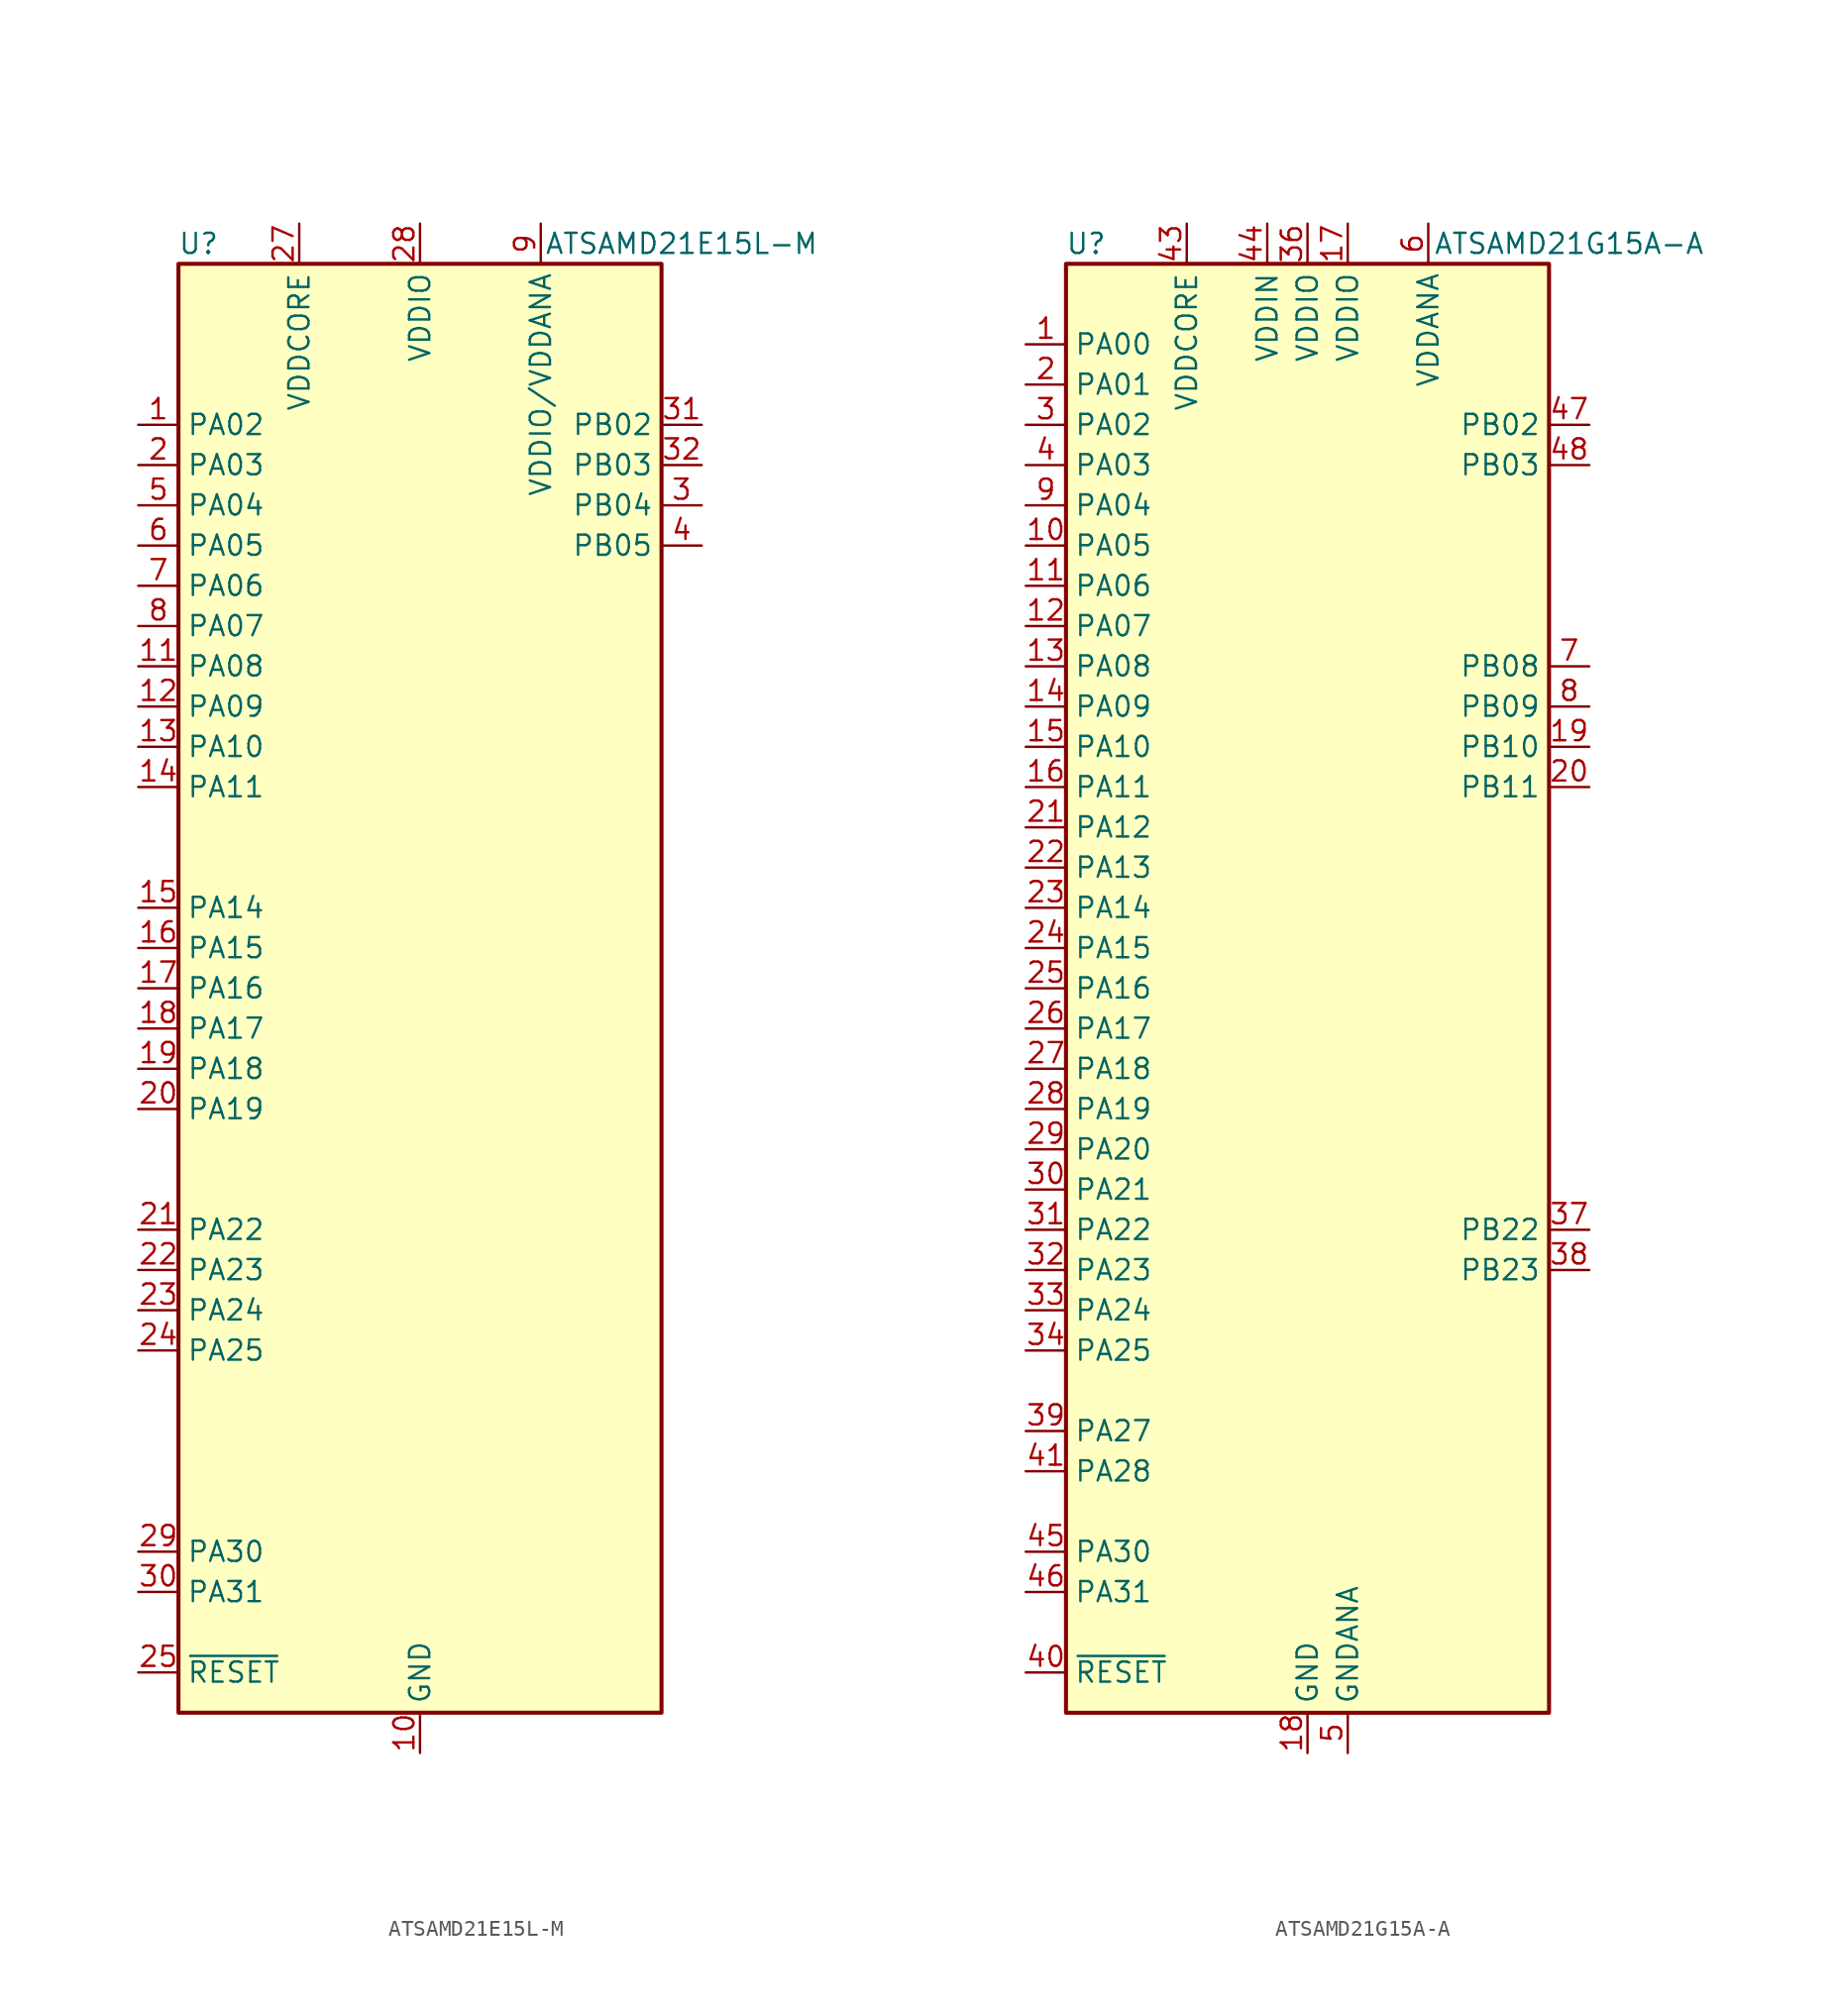
<source format=kicad_sym>
(kicad_symbol_lib
  (version 20220914)
  (generator kicad_symbol_editor)
  (symbol "ATSAMD21E15L-M"
    (property "Reference" "U"
      (at -13.97 46.99 0)
      (effects (font (size 1.27 1.27))))
    (property "Value" "ATSAMD21E15L-M"
      (at 16.51 46.99 0)
      (effects (font (size 1.27 1.27))))
    (symbol "ATSAMD21E15L-M_1_1"
      (rectangle (start -15.24 45.72) (end 15.24 -45.72) (stroke (width 0.254) (type solid)) (fill (type background)))
      (pin bidirectional line (at -17.78 35.56 0) (length 2.54) (name "PA02" (effects (font (size 1.27 1.27)))) (number "1" (effects (font (size 1.27 1.27)))))
      (pin power_in line (at 0 -48.26 90) (length 2.54) (name "GND" (effects (font (size 1.27 1.27)))) (number "10" (effects (font (size 1.27 1.27)))))
      (pin bidirectional line (at -17.78 20.32 0) (length 2.54) (name "PA08" (effects (font (size 1.27 1.27)))) (number "11" (effects (font (size 1.27 1.27)))))
      (pin bidirectional line (at -17.78 17.78 0) (length 2.54) (name "PA09" (effects (font (size 1.27 1.27)))) (number "12" (effects (font (size 1.27 1.27)))))
      (pin bidirectional line (at -17.78 15.24 0) (length 2.54) (name "PA10" (effects (font (size 1.27 1.27)))) (number "13" (effects (font (size 1.27 1.27)))))
      (pin bidirectional line (at -17.78 12.7 0) (length 2.54) (name "PA11" (effects (font (size 1.27 1.27)))) (number "14" (effects (font (size 1.27 1.27)))))
      (pin bidirectional line (at -17.78 5.08 0) (length 2.54) (name "PA14" (effects (font (size 1.27 1.27)))) (number "15" (effects (font (size 1.27 1.27)))))
      (pin bidirectional line (at -17.78 2.54 0) (length 2.54) (name "PA15" (effects (font (size 1.27 1.27)))) (number "16" (effects (font (size 1.27 1.27)))))
      (pin bidirectional line (at -17.78 0 0) (length 2.54) (name "PA16" (effects (font (size 1.27 1.27)))) (number "17" (effects (font (size 1.27 1.27)))))
      (pin bidirectional line (at -17.78 -2.54 0) (length 2.54) (name "PA17" (effects (font (size 1.27 1.27)))) (number "18" (effects (font (size 1.27 1.27)))))
      (pin bidirectional line (at -17.78 -5.08 0) (length 2.54) (name "PA18" (effects (font (size 1.27 1.27)))) (number "19" (effects (font (size 1.27 1.27)))))
      (pin bidirectional line (at -17.78 33.02 0) (length 2.54) (name "PA03" (effects (font (size 1.27 1.27)))) (number "2" (effects (font (size 1.27 1.27)))))
      (pin bidirectional line (at -17.78 -7.62 0) (length 2.54) (name "PA19" (effects (font (size 1.27 1.27)))) (number "20" (effects (font (size 1.27 1.27)))))
      (pin bidirectional line (at -17.78 -15.24 0) (length 2.54) (name "PA22" (effects (font (size 1.27 1.27)))) (number "21" (effects (font (size 1.27 1.27)))))
      (pin bidirectional line (at -17.78 -17.78 0) (length 2.54) (name "PA23" (effects (font (size 1.27 1.27)))) (number "22" (effects (font (size 1.27 1.27)))))
      (pin bidirectional line (at -17.78 -20.32 0) (length 2.54) (name "PA24" (effects (font (size 1.27 1.27)))) (number "23" (effects (font (size 1.27 1.27)))))
      (pin bidirectional line (at -17.78 -22.86 0) (length 2.54) (name "PA25" (effects (font (size 1.27 1.27)))) (number "24" (effects (font (size 1.27 1.27)))))
      (pin input line (at -17.78 -43.18 0) (length 2.54) (name "~{RESET}" (effects (font (size 1.27 1.27)))) (number "25" (effects (font (size 1.27 1.27)))))
      (pin passive line (at 0 -48.26 90) (length 2.54) hide (name "GND" (effects (font (size 1.27 1.27)))) (number "26" (effects (font (size 1.27 1.27)))))
      (pin power_out line (at -7.62 48.26 270) (length 2.54) (name "VDDCORE" (effects (font (size 1.27 1.27)))) (number "27" (effects (font (size 1.27 1.27)))))
      (pin power_in line (at 0 48.26 270) (length 2.54) (name "VDDIO" (effects (font (size 1.27 1.27)))) (number "28" (effects (font (size 1.27 1.27)))))
      (pin bidirectional line (at -17.78 -35.56 0) (length 2.54) (name "PA30" (effects (font (size 1.27 1.27)))) (number "29" (effects (font (size 1.27 1.27)))))
      (pin bidirectional line (at 17.78 30.48 180) (length 2.54) (name "PB04" (effects (font (size 1.27 1.27)))) (number "3" (effects (font (size 1.27 1.27)))))
      (pin bidirectional line (at -17.78 -38.1 0) (length 2.54) (name "PA31" (effects (font (size 1.27 1.27)))) (number "30" (effects (font (size 1.27 1.27)))))
      (pin bidirectional line (at 17.78 35.56 180) (length 2.54) (name "PB02" (effects (font (size 1.27 1.27)))) (number "31" (effects (font (size 1.27 1.27)))))
      (pin bidirectional line (at 17.78 33.02 180) (length 2.54) (name "PB03" (effects (font (size 1.27 1.27)))) (number "32" (effects (font (size 1.27 1.27)))))
      (pin no_connect line (at 15.24 -43.18 180) (length 2.54) hide (name "EP" (effects (font (size 1.27 1.27)))) (number "33" (effects (font (size 1.27 1.27)))))
      (pin bidirectional line (at 17.78 27.94 180) (length 2.54) (name "PB05" (effects (font (size 1.27 1.27)))) (number "4" (effects (font (size 1.27 1.27)))))
      (pin bidirectional line (at -17.78 30.48 0) (length 2.54) (name "PA04" (effects (font (size 1.27 1.27)))) (number "5" (effects (font (size 1.27 1.27)))))
      (pin bidirectional line (at -17.78 27.94 0) (length 2.54) (name "PA05" (effects (font (size 1.27 1.27)))) (number "6" (effects (font (size 1.27 1.27)))))
      (pin bidirectional line (at -17.78 25.4 0) (length 2.54) (name "PA06" (effects (font (size 1.27 1.27)))) (number "7" (effects (font (size 1.27 1.27)))))
      (pin bidirectional line (at -17.78 22.86 0) (length 2.54) (name "PA07" (effects (font (size 1.27 1.27)))) (number "8" (effects (font (size 1.27 1.27)))))
      (pin power_in line (at 7.62 48.26 270) (length 2.54) (name "VDDIO/VDDANA" (effects (font (size 1.27 1.27)))) (number "9" (effects (font (size 1.27 1.27)))))))
  (symbol "ATSAMD21G15A-A"
    (property "Reference" "U"
      (at -13.97 46.99 0)
      (effects (font (size 1.27 1.27))))
    (property "Value" "ATSAMD21G15A-A"
      (at 16.51 46.99 0)
      (effects (font (size 1.27 1.27))))
    (symbol "ATSAMD21G15A-A_0_1"
      (rectangle (start -15.24 45.72) (end 15.24 -45.72) (stroke (width 0.254) (type solid)) (fill (type background))))
    (symbol "ATSAMD21G15A-A_1_1"
      (pin bidirectional line (at -17.78 40.64 0) (length 2.54) (name "PA00" (effects (font (size 1.27 1.27)))) (number "1" (effects (font (size 1.27 1.27)))))
      (pin bidirectional line (at -17.78 27.94 0) (length 2.54) (name "PA05" (effects (font (size 1.27 1.27)))) (number "10" (effects (font (size 1.27 1.27)))))
      (pin bidirectional line (at -17.78 25.4 0) (length 2.54) (name "PA06" (effects (font (size 1.27 1.27)))) (number "11" (effects (font (size 1.27 1.27)))))
      (pin bidirectional line (at -17.78 22.86 0) (length 2.54) (name "PA07" (effects (font (size 1.27 1.27)))) (number "12" (effects (font (size 1.27 1.27)))))
      (pin bidirectional line (at -17.78 20.32 0) (length 2.54) (name "PA08" (effects (font (size 1.27 1.27)))) (number "13" (effects (font (size 1.27 1.27)))))
      (pin bidirectional line (at -17.78 17.78 0) (length 2.54) (name "PA09" (effects (font (size 1.27 1.27)))) (number "14" (effects (font (size 1.27 1.27)))))
      (pin bidirectional line (at -17.78 15.24 0) (length 2.54) (name "PA10" (effects (font (size 1.27 1.27)))) (number "15" (effects (font (size 1.27 1.27)))))
      (pin bidirectional line (at -17.78 12.7 0) (length 2.54) (name "PA11" (effects (font (size 1.27 1.27)))) (number "16" (effects (font (size 1.27 1.27)))))
      (pin power_in line (at 2.54 48.26 270) (length 2.54) (name "VDDIO" (effects (font (size 1.27 1.27)))) (number "17" (effects (font (size 1.27 1.27)))))
      (pin power_in line (at 0 -48.26 90) (length 2.54) (name "GND" (effects (font (size 1.27 1.27)))) (number "18" (effects (font (size 1.27 1.27)))))
      (pin bidirectional line (at 17.78 15.24 180) (length 2.54) (name "PB10" (effects (font (size 1.27 1.27)))) (number "19" (effects (font (size 1.27 1.27)))))
      (pin bidirectional line (at -17.78 38.1 0) (length 2.54) (name "PA01" (effects (font (size 1.27 1.27)))) (number "2" (effects (font (size 1.27 1.27)))))
      (pin bidirectional line (at 17.78 12.7 180) (length 2.54) (name "PB11" (effects (font (size 1.27 1.27)))) (number "20" (effects (font (size 1.27 1.27)))))
      (pin bidirectional line (at -17.78 10.16 0) (length 2.54) (name "PA12" (effects (font (size 1.27 1.27)))) (number "21" (effects (font (size 1.27 1.27)))))
      (pin bidirectional line (at -17.78 7.62 0) (length 2.54) (name "PA13" (effects (font (size 1.27 1.27)))) (number "22" (effects (font (size 1.27 1.27)))))
      (pin bidirectional line (at -17.78 5.08 0) (length 2.54) (name "PA14" (effects (font (size 1.27 1.27)))) (number "23" (effects (font (size 1.27 1.27)))))
      (pin bidirectional line (at -17.78 2.54 0) (length 2.54) (name "PA15" (effects (font (size 1.27 1.27)))) (number "24" (effects (font (size 1.27 1.27)))))
      (pin bidirectional line (at -17.78 0 0) (length 2.54) (name "PA16" (effects (font (size 1.27 1.27)))) (number "25" (effects (font (size 1.27 1.27)))))
      (pin bidirectional line (at -17.78 -2.54 0) (length 2.54) (name "PA17" (effects (font (size 1.27 1.27)))) (number "26" (effects (font (size 1.27 1.27)))))
      (pin bidirectional line (at -17.78 -5.08 0) (length 2.54) (name "PA18" (effects (font (size 1.27 1.27)))) (number "27" (effects (font (size 1.27 1.27)))))
      (pin bidirectional line (at -17.78 -7.62 0) (length 2.54) (name "PA19" (effects (font (size 1.27 1.27)))) (number "28" (effects (font (size 1.27 1.27)))))
      (pin bidirectional line (at -17.78 -10.16 0) (length 2.54) (name "PA20" (effects (font (size 1.27 1.27)))) (number "29" (effects (font (size 1.27 1.27)))))
      (pin bidirectional line (at -17.78 35.56 0) (length 2.54) (name "PA02" (effects (font (size 1.27 1.27)))) (number "3" (effects (font (size 1.27 1.27)))))
      (pin bidirectional line (at -17.78 -12.7 0) (length 2.54) (name "PA21" (effects (font (size 1.27 1.27)))) (number "30" (effects (font (size 1.27 1.27)))))
      (pin bidirectional line (at -17.78 -15.24 0) (length 2.54) (name "PA22" (effects (font (size 1.27 1.27)))) (number "31" (effects (font (size 1.27 1.27)))))
      (pin bidirectional line (at -17.78 -17.78 0) (length 2.54) (name "PA23" (effects (font (size 1.27 1.27)))) (number "32" (effects (font (size 1.27 1.27)))))
      (pin bidirectional line (at -17.78 -20.32 0) (length 2.54) (name "PA24" (effects (font (size 1.27 1.27)))) (number "33" (effects (font (size 1.27 1.27)))))
      (pin bidirectional line (at -17.78 -22.86 0) (length 2.54) (name "PA25" (effects (font (size 1.27 1.27)))) (number "34" (effects (font (size 1.27 1.27)))))
      (pin passive line (at 0 -48.26 90) (length 2.54) hide (name "GND" (effects (font (size 1.27 1.27)))) (number "35" (effects (font (size 1.27 1.27)))))
      (pin power_in line (at 0 48.26 270) (length 2.54) (name "VDDIO" (effects (font (size 1.27 1.27)))) (number "36" (effects (font (size 1.27 1.27)))))
      (pin bidirectional line (at 17.78 -15.24 180) (length 2.54) (name "PB22" (effects (font (size 1.27 1.27)))) (number "37" (effects (font (size 1.27 1.27)))))
      (pin bidirectional line (at 17.78 -17.78 180) (length 2.54) (name "PB23" (effects (font (size 1.27 1.27)))) (number "38" (effects (font (size 1.27 1.27)))))
      (pin bidirectional line (at -17.78 -27.94 0) (length 2.54) (name "PA27" (effects (font (size 1.27 1.27)))) (number "39" (effects (font (size 1.27 1.27)))))
      (pin bidirectional line (at -17.78 33.02 0) (length 2.54) (name "PA03" (effects (font (size 1.27 1.27)))) (number "4" (effects (font (size 1.27 1.27)))))
      (pin input line (at -17.78 -43.18 0) (length 2.54) (name "~{RESET}" (effects (font (size 1.27 1.27)))) (number "40" (effects (font (size 1.27 1.27)))))
      (pin bidirectional line (at -17.78 -30.48 0) (length 2.54) (name "PA28" (effects (font (size 1.27 1.27)))) (number "41" (effects (font (size 1.27 1.27)))))
      (pin passive line (at 0 -48.26 90) (length 2.54) hide (name "GND" (effects (font (size 1.27 1.27)))) (number "42" (effects (font (size 1.27 1.27)))))
      (pin power_out line (at -7.62 48.26 270) (length 2.54) (name "VDDCORE" (effects (font (size 1.27 1.27)))) (number "43" (effects (font (size 1.27 1.27)))))
      (pin power_in line (at -2.54 48.26 270) (length 2.54) (name "VDDIN" (effects (font (size 1.27 1.27)))) (number "44" (effects (font (size 1.27 1.27)))))
      (pin bidirectional line (at -17.78 -35.56 0) (length 2.54) (name "PA30" (effects (font (size 1.27 1.27)))) (number "45" (effects (font (size 1.27 1.27)))))
      (pin bidirectional line (at -17.78 -38.1 0) (length 2.54) (name "PA31" (effects (font (size 1.27 1.27)))) (number "46" (effects (font (size 1.27 1.27)))))
      (pin bidirectional line (at 17.78 35.56 180) (length 2.54) (name "PB02" (effects (font (size 1.27 1.27)))) (number "47" (effects (font (size 1.27 1.27)))))
      (pin bidirectional line (at 17.78 33.02 180) (length 2.54) (name "PB03" (effects (font (size 1.27 1.27)))) (number "48" (effects (font (size 1.27 1.27)))))
      (pin power_in line (at 2.54 -48.26 90) (length 2.54) (name "GNDANA" (effects (font (size 1.27 1.27)))) (number "5" (effects (font (size 1.27 1.27)))))
      (pin power_in line (at 7.62 48.26 270) (length 2.54) (name "VDDANA" (effects (font (size 1.27 1.27)))) (number "6" (effects (font (size 1.27 1.27)))))
      (pin bidirectional line (at 17.78 20.32 180) (length 2.54) (name "PB08" (effects (font (size 1.27 1.27)))) (number "7" (effects (font (size 1.27 1.27)))))
      (pin bidirectional line (at 17.78 17.78 180) (length 2.54) (name "PB09" (effects (font (size 1.27 1.27)))) (number "8" (effects (font (size 1.27 1.27)))))
      (pin bidirectional line (at -17.78 30.48 0) (length 2.54) (name "PA04" (effects (font (size 1.27 1.27)))) (number "9" (effects (font (size 1.27 1.27))))))))
</source>
